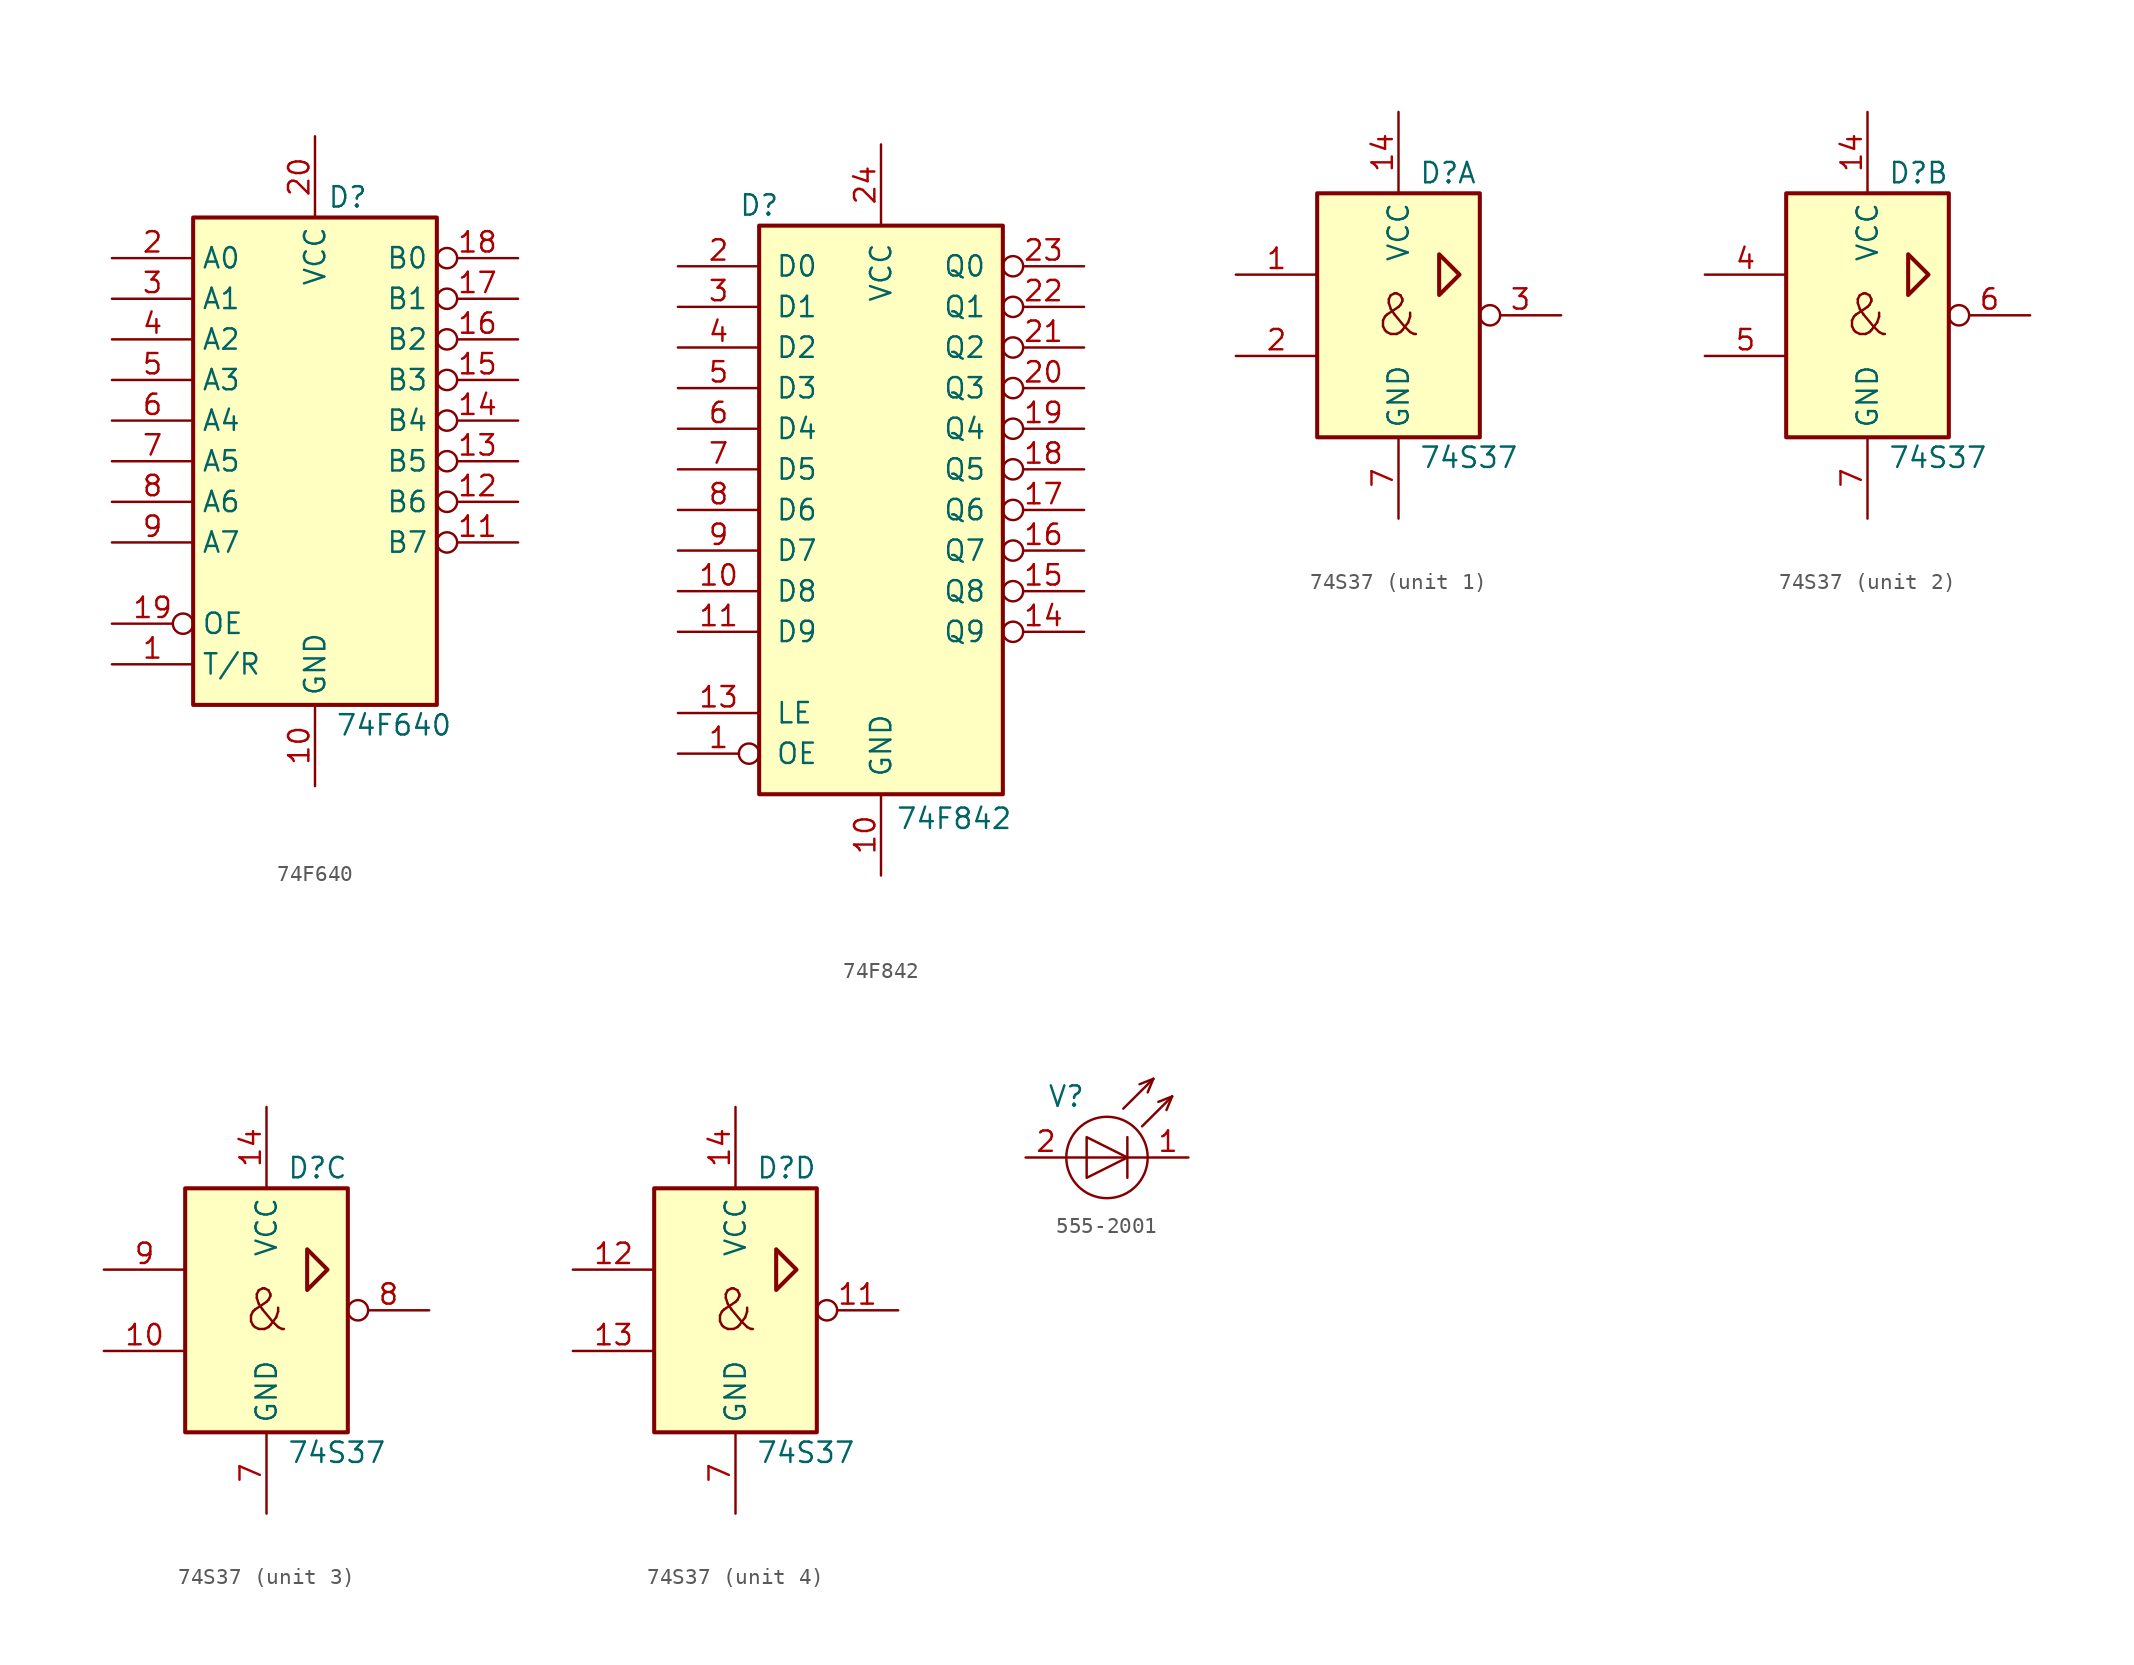
<source format=kicad_sym>
(kicad_symbol_lib
  (version 20241209)
  (generator "kicad_symbol_editor")
  (generator_version "9.0")
  (symbol "74F640"
    (property "Reference" "D"
      (at 0.762 16.51 0)
      (effects (font (size 1.27 1.27)) (justify left)))
    (property "Value" "74F640"
      (at 1.27 -16.51 0)
      (effects (font (size 1.27 1.27)) (justify left)))
    (symbol "74F640_1_0"
      (pin power_in line (at 0 20.32 270) (length 5.08) (name "VCC" (effects (font (size 1.27 1.27)))) (number "20" (effects (font (size 1.27 1.27)))))
      (pin power_in line (at 0 -20.32 90) (length 5.08) (name "GND" (effects (font (size 1.27 1.27)))) (number "10" (effects (font (size 1.27 1.27))))))
    (symbol "74F640_1_1"
      (rectangle (start -7.62 15.24) (end 7.62 -15.24) (stroke (width 0.254) (type solid)) (fill (type background)))
      (pin tri_state line (at -12.7 12.7 0) (length 5.08) (name "A0" (effects (font (size 1.27 1.27)))) (number "2" (effects (font (size 1.27 1.27)))))
      (pin tri_state line (at -12.7 10.16 0) (length 5.08) (name "A1" (effects (font (size 1.27 1.27)))) (number "3" (effects (font (size 1.27 1.27)))))
      (pin tri_state line (at -12.7 7.62 0) (length 5.08) (name "A2" (effects (font (size 1.27 1.27)))) (number "4" (effects (font (size 1.27 1.27)))))
      (pin tri_state line (at -12.7 5.08 0) (length 5.08) (name "A3" (effects (font (size 1.27 1.27)))) (number "5" (effects (font (size 1.27 1.27)))))
      (pin tri_state line (at -12.7 2.54 0) (length 5.08) (name "A4" (effects (font (size 1.27 1.27)))) (number "6" (effects (font (size 1.27 1.27)))))
      (pin tri_state line (at -12.7 0 0) (length 5.08) (name "A5" (effects (font (size 1.27 1.27)))) (number "7" (effects (font (size 1.27 1.27)))))
      (pin tri_state line (at -12.7 -2.54 0) (length 5.08) (name "A6" (effects (font (size 1.27 1.27)))) (number "8" (effects (font (size 1.27 1.27)))))
      (pin tri_state line (at -12.7 -5.08 0) (length 5.08) (name "A7" (effects (font (size 1.27 1.27)))) (number "9" (effects (font (size 1.27 1.27)))))
      (pin input inverted (at -12.7 -10.16 0) (length 5.08) (name "OE" (effects (font (size 1.27 1.27)))) (number "19" (effects (font (size 1.27 1.27)))))
      (pin input line (at -12.7 -12.7 0) (length 5.08) (name "T/R" (effects (font (size 1.27 1.27)))) (number "1" (effects (font (size 1.27 1.27)))))
      (pin tri_state inverted (at 12.7 12.7 180) (length 5.08) (name "B0" (effects (font (size 1.27 1.27)))) (number "18" (effects (font (size 1.27 1.27)))))
      (pin tri_state inverted (at 12.7 10.16 180) (length 5.08) (name "B1" (effects (font (size 1.27 1.27)))) (number "17" (effects (font (size 1.27 1.27)))))
      (pin tri_state inverted (at 12.7 7.62 180) (length 5.08) (name "B2" (effects (font (size 1.27 1.27)))) (number "16" (effects (font (size 1.27 1.27)))))
      (pin tri_state inverted (at 12.7 5.08 180) (length 5.08) (name "B3" (effects (font (size 1.27 1.27)))) (number "15" (effects (font (size 1.27 1.27)))))
      (pin tri_state inverted (at 12.7 2.54 180) (length 5.08) (name "B4" (effects (font (size 1.27 1.27)))) (number "14" (effects (font (size 1.27 1.27)))))
      (pin tri_state inverted (at 12.7 0 180) (length 5.08) (name "B5" (effects (font (size 1.27 1.27)))) (number "13" (effects (font (size 1.27 1.27)))))
      (pin tri_state inverted (at 12.7 -2.54 180) (length 5.08) (name "B6" (effects (font (size 1.27 1.27)))) (number "12" (effects (font (size 1.27 1.27)))))
      (pin tri_state inverted (at 12.7 -5.08 180) (length 5.08) (name "B7" (effects (font (size 1.27 1.27)))) (number "11" (effects (font (size 1.27 1.27)))))))
  (symbol "74F842"
    (pin_names
      (offset 1.016))
    (property "Reference" "D"
      (at -7.62 19.05 0)
      (effects (font (size 1.27 1.27))))
    (property "Value" "74F842"
      (at 4.572 -19.304 0)
      (effects (font (size 1.27 1.27))))
    (symbol "74F842_1_0"
      (pin input line (at -12.7 15.24 0) (length 5.08) (name "D0" (effects (font (size 1.27 1.27)))) (number "2" (effects (font (size 1.27 1.27)))))
      (pin input line (at -12.7 12.7 0) (length 5.08) (name "D1" (effects (font (size 1.27 1.27)))) (number "3" (effects (font (size 1.27 1.27)))))
      (pin input line (at -12.7 10.16 0) (length 5.08) (name "D2" (effects (font (size 1.27 1.27)))) (number "4" (effects (font (size 1.27 1.27)))))
      (pin input line (at -12.7 7.62 0) (length 5.08) (name "D3" (effects (font (size 1.27 1.27)))) (number "5" (effects (font (size 1.27 1.27)))))
      (pin input line (at -12.7 5.08 0) (length 5.08) (name "D4" (effects (font (size 1.27 1.27)))) (number "6" (effects (font (size 1.27 1.27)))))
      (pin input line (at -12.7 2.54 0) (length 5.08) (name "D5" (effects (font (size 1.27 1.27)))) (number "7" (effects (font (size 1.27 1.27)))))
      (pin input line (at -12.7 0 0) (length 5.08) (name "D6" (effects (font (size 1.27 1.27)))) (number "8" (effects (font (size 1.27 1.27)))))
      (pin input line (at -12.7 -2.54 0) (length 5.08) (name "D7" (effects (font (size 1.27 1.27)))) (number "9" (effects (font (size 1.27 1.27)))))
      (pin input line (at -12.7 -5.08 0) (length 5.08) (name "D8" (effects (font (size 1.27 1.27)))) (number "10" (effects (font (size 1.27 1.27)))))
      (pin input line (at -12.7 -7.62 0) (length 5.08) (name "D9" (effects (font (size 1.27 1.27)))) (number "11" (effects (font (size 1.27 1.27)))))
      (pin input line (at -12.7 -12.7 0) (length 5.08) (name "LE" (effects (font (size 1.27 1.27)))) (number "13" (effects (font (size 1.27 1.27)))))
      (pin input inverted (at -12.7 -15.24 0) (length 5.08) (name "OE" (effects (font (size 1.27 1.27)))) (number "1" (effects (font (size 1.27 1.27)))))
      (pin power_in line (at 0 22.86 270) (length 5.08) (name "VCC" (effects (font (size 1.27 1.27)))) (number "24" (effects (font (size 1.27 1.27)))))
      (pin power_in line (at 0 -22.86 90) (length 5.08) (name "GND" (effects (font (size 1.27 1.27)))) (number "10" (effects (font (size 1.27 1.27)))))
      (pin tri_state inverted (at 12.7 15.24 180) (length 5.08) (name "Q0" (effects (font (size 1.27 1.27)))) (number "23" (effects (font (size 1.27 1.27)))))
      (pin tri_state inverted (at 12.7 12.7 180) (length 5.08) (name "Q1" (effects (font (size 1.27 1.27)))) (number "22" (effects (font (size 1.27 1.27)))))
      (pin tri_state inverted (at 12.7 10.16 180) (length 5.08) (name "Q2" (effects (font (size 1.27 1.27)))) (number "21" (effects (font (size 1.27 1.27)))))
      (pin tri_state inverted (at 12.7 7.62 180) (length 5.08) (name "Q3" (effects (font (size 1.27 1.27)))) (number "20" (effects (font (size 1.27 1.27)))))
      (pin tri_state inverted (at 12.7 5.08 180) (length 5.08) (name "Q4" (effects (font (size 1.27 1.27)))) (number "19" (effects (font (size 1.27 1.27)))))
      (pin tri_state inverted (at 12.7 2.54 180) (length 5.08) (name "Q5" (effects (font (size 1.27 1.27)))) (number "18" (effects (font (size 1.27 1.27)))))
      (pin tri_state inverted (at 12.7 0 180) (length 5.08) (name "Q6" (effects (font (size 1.27 1.27)))) (number "17" (effects (font (size 1.27 1.27)))))
      (pin tri_state inverted (at 12.7 -2.54 180) (length 5.08) (name "Q7" (effects (font (size 1.27 1.27)))) (number "16" (effects (font (size 1.27 1.27)))))
      (pin tri_state inverted (at 12.7 -5.08 180) (length 5.08) (name "Q8" (effects (font (size 1.27 1.27)))) (number "15" (effects (font (size 1.27 1.27)))))
      (pin tri_state inverted (at 12.7 -7.62 180) (length 5.08) (name "Q9" (effects (font (size 1.27 1.27)))) (number "14" (effects (font (size 1.27 1.27))))))
    (symbol "74F842_1_1"
      (rectangle (start -7.62 17.78) (end 7.62 -17.78) (stroke (width 0.254) (type default)) (fill (type background)))))
  (symbol "74S37"
    (property "Reference" "D"
      (at 1.27 8.89 0)
      (do_not_autoplace)
      (effects (font (size 1.27 1.27)) (justify left)))
    (property "Value" "74S37"
      (at 1.27 -8.89 0)
      (do_not_autoplace)
      (effects (font (size 1.27 1.27)) (justify left)))
    (symbol "74S37_0_0"
      (polyline (pts (xy 2.54 3.81) (xy 2.54 1.27) (xy 3.81 2.54) (xy 2.54 3.81) (xy 2.54 3.81)) (stroke (width 0.254) (type default)) (fill (type background)))
      (text "&" (at 0 0 0) (effects (font (size 2.54 2.54))))
      (pin power_in line (at 0 -12.7 90) (length 5.08) (name "GND" (effects (font (size 1.27 1.27)))) (number "7" (effects (font (size 1.27 1.27))))))
    (symbol "74S37_0_1"
      (rectangle (start -5.08 7.62) (end 5.08 -7.62) (stroke (width 0.254) (type default)) (fill (type background)))
      (pin power_in line (at 0 12.7 270) (length 5.08) (name "VCC" (effects (font (size 1.27 1.27)))) (number "14" (effects (font (size 1.27 1.27))))))
    (symbol "74S37_1_1"
      (pin input line (at -10.16 2.54 0) (length 5.08) (name "~" (effects (font (size 1.27 1.27)))) (number "1" (effects (font (size 1.27 1.27)))))
      (pin input line (at -10.16 -2.54 0) (length 5.08) (name "~" (effects (font (size 1.27 1.27)))) (number "2" (effects (font (size 1.27 1.27)))))
      (pin output inverted (at 10.16 0 180) (length 5.08) (name "~" (effects (font (size 1.27 1.27)))) (number "3" (effects (font (size 1.27 1.27))))))
    (symbol "74S37_2_1"
      (pin input line (at -10.16 2.54 0) (length 5.08) (name "~" (effects (font (size 1.27 1.27)))) (number "4" (effects (font (size 1.27 1.27)))))
      (pin input line (at -10.16 -2.54 0) (length 5.08) (name "~" (effects (font (size 1.27 1.27)))) (number "5" (effects (font (size 1.27 1.27)))))
      (pin output inverted (at 10.16 0 180) (length 5.08) (name "~" (effects (font (size 1.27 1.27)))) (number "6" (effects (font (size 1.27 1.27))))))
    (symbol "74S37_3_1"
      (pin input line (at -10.16 2.54 0) (length 5.08) (name "~" (effects (font (size 1.27 1.27)))) (number "9" (effects (font (size 1.27 1.27)))))
      (pin input line (at -10.16 -2.54 0) (length 5.08) (name "~" (effects (font (size 1.27 1.27)))) (number "10" (effects (font (size 1.27 1.27)))))
      (pin output inverted (at 10.16 0 180) (length 5.08) (name "~" (effects (font (size 1.27 1.27)))) (number "8" (effects (font (size 1.27 1.27))))))
    (symbol "74S37_4_1"
      (pin input line (at -10.16 2.54 0) (length 5.08) (name "~" (effects (font (size 1.27 1.27)))) (number "12" (effects (font (size 1.27 1.27)))))
      (pin input line (at -10.16 -2.54 0) (length 5.08) (name "~" (effects (font (size 1.27 1.27)))) (number "13" (effects (font (size 1.27 1.27)))))
      (pin output inverted (at 10.16 0 180) (length 5.08) (name "~" (effects (font (size 1.27 1.27)))) (number "11" (effects (font (size 1.27 1.27)))))))
  (symbol "555-2001"
    (property "Reference" "V"
      (at -2.54 -1.27 0)
      (do_not_autoplace)
      (effects (font (size 1.27 1.27))))
    (property "Value" ""
      (at 0 0 0)
      (effects (font (size 1.27 1.27))))
    (symbol "555-2001_0_1"
      (polyline (pts (xy -2.54 -5.08) (xy 2.54 -5.08)) (stroke (width 0) (type default)) (fill (type none)))
      (polyline (pts (xy -1.27 -3.81) (xy -1.27 -6.35) (xy 1.27 -5.08) (xy -1.27 -3.81)) (stroke (width 0) (type default)) (fill (type none)))
      (circle (center 0 -5.08) (radius 2.54) (stroke (width 0) (type default)) (fill (type none)))
      (polyline (pts (xy 1.27 -3.81) (xy 1.27 -6.35)) (stroke (width 0) (type default)) (fill (type none)))
      (polyline (pts (xy 2.892 -0.169) (xy 1.016 -2.032)) (stroke (width 0) (type default)) (fill (type none)))
      (polyline (pts (xy 2.892 -0.169) (xy 2.032 -0.508)) (stroke (width 0) (type default)) (fill (type none)))
      (polyline (pts (xy 2.892 -0.169) (xy 2.54 -1.016)) (stroke (width 0) (type default)) (fill (type none)))
      (polyline (pts (xy 4.064 -1.27) (xy 2.188 -3.134)) (stroke (width 0) (type default)) (fill (type none)))
      (polyline (pts (xy 4.064 -1.27) (xy 3.204 -1.609)) (stroke (width 0) (type default)) (fill (type none)))
      (polyline (pts (xy 4.064 -1.27) (xy 3.712 -2.118)) (stroke (width 0) (type default)) (fill (type none))))
    (symbol "555-2001_1_0"
      (pin passive line (at -5.08 -5.08 0) (length 2.54) (name "" (effects (font (size 1.27 1.27)))) (number "2" (effects (font (size 1.27 1.27)))))
      (pin passive line (at 5.08 -5.08 180) (length 2.54) (name "" (effects (font (size 1.27 1.27)))) (number "1" (effects (font (size 1.27 1.27))))))))
</source>
